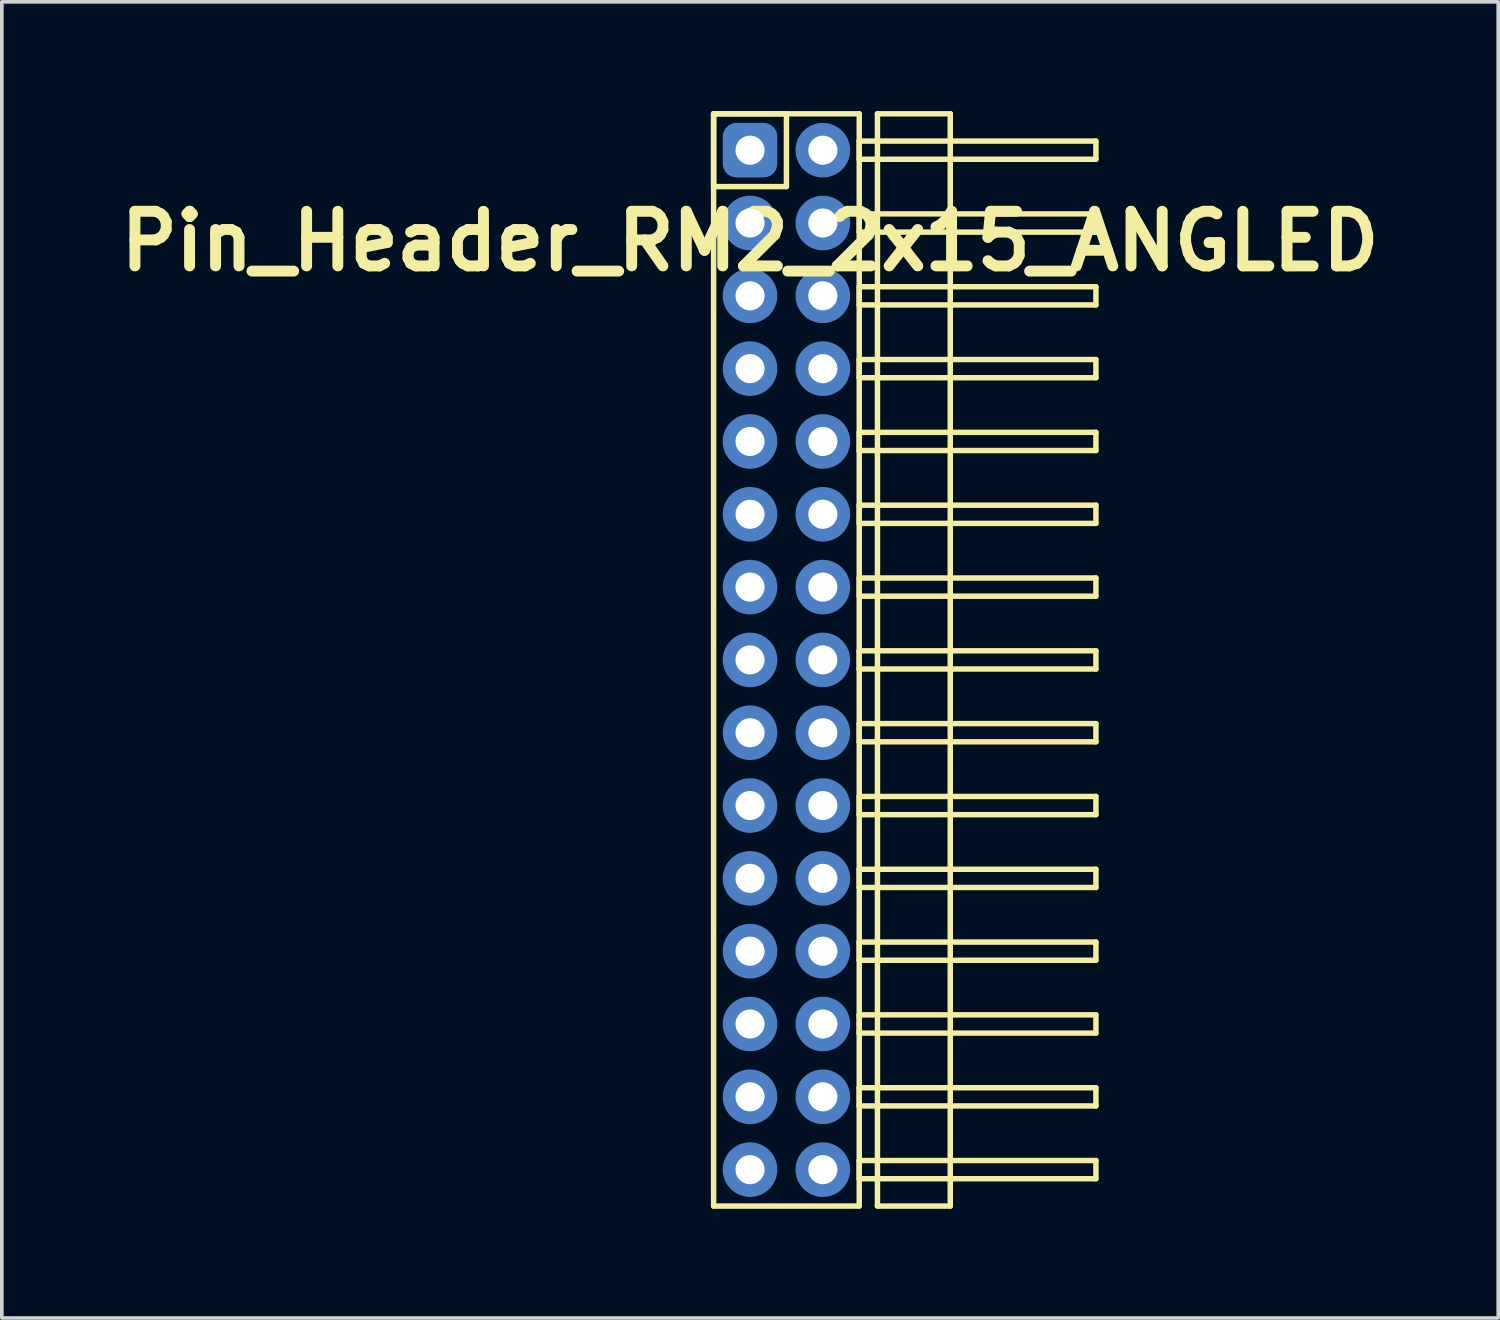
<source format=kicad_pcb>
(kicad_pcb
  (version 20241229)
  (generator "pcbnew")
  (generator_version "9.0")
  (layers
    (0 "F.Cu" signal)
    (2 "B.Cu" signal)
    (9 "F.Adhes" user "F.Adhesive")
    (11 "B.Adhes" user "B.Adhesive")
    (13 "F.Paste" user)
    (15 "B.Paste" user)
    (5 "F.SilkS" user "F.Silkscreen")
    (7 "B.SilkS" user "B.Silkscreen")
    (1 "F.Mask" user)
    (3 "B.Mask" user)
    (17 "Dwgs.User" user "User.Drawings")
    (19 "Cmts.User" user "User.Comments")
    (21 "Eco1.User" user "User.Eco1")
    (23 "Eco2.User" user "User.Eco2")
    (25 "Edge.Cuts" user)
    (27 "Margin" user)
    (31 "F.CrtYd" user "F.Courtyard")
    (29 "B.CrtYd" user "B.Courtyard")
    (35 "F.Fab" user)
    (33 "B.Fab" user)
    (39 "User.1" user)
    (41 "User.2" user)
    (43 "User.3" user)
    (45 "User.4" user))
  (footprint "Pin_Header_RM2_2x15_ANGLED"
    (layer "F.Cu")
    (at 17.55 1.075)
    (property "Reference" "Pin_Header_RM2_2x15_ANGLED" (at 0 2.5 0) (layer "F.SilkS") (effects (font (size 1.5 1.5) (thickness 0.3))))
    (attr through_hole)
    (fp_line (start -1 -1) (end 1 -1) (stroke (width 0.15) (type solid)) (layer "F.SilkS"))
    (fp_line (start -1 -1) (end 3 -1) (stroke (width 0.15) (type solid)) (layer "F.SilkS"))
    (fp_line (start -1 1) (end -1 -1) (stroke (width 0.15) (type solid)) (layer "F.SilkS"))
    (fp_line (start -1 29) (end -1 -1) (stroke (width 0.15) (type solid)) (layer "F.SilkS"))
    (fp_line (start 1 -1) (end 1 1) (stroke (width 0.15) (type solid)) (layer "F.SilkS"))
    (fp_line (start 1 1) (end -1 1) (stroke (width 0.15) (type solid)) (layer "F.SilkS"))
    (fp_line (start 3 -1) (end 3 29) (stroke (width 0.15) (type solid)) (layer "F.SilkS"))
    (fp_line (start 3 -0.25) (end 9.5 -0.25) (stroke (width 0.15) (type solid)) (layer "F.SilkS"))
    (fp_line (start 3 0.25) (end 3 -0.25) (stroke (width 0.15) (type solid)) (layer "F.SilkS"))
    (fp_line (start 3 1.75) (end 9.5 1.75) (stroke (width 0.15) (type solid)) (layer "F.SilkS"))
    (fp_line (start 3 2.25) (end 3 1.75) (stroke (width 0.15) (type solid)) (layer "F.SilkS"))
    (fp_line (start 3 3.75) (end 9.5 3.75) (stroke (width 0.15) (type solid)) (layer "F.SilkS"))
    (fp_line (start 3 4.25) (end 3 3.75) (stroke (width 0.15) (type solid)) (layer "F.SilkS"))
    (fp_line (start 3 5.75) (end 9.5 5.75) (stroke (width 0.15) (type solid)) (layer "F.SilkS"))
    (fp_line (start 3 6.25) (end 3 5.75) (stroke (width 0.15) (type solid)) (layer "F.SilkS"))
    (fp_line (start 3 7.75) (end 9.5 7.75) (stroke (width 0.15) (type solid)) (layer "F.SilkS"))
    (fp_line (start 3 8.25) (end 3 7.75) (stroke (width 0.15) (type solid)) (layer "F.SilkS"))
    (fp_line (start 3 9.75) (end 9.5 9.75) (stroke (width 0.15) (type solid)) (layer "F.SilkS"))
    (fp_line (start 3 10.25) (end 3 9.75) (stroke (width 0.15) (type solid)) (layer "F.SilkS"))
    (fp_line (start 3 11.75) (end 9.5 11.75) (stroke (width 0.15) (type solid)) (layer "F.SilkS"))
    (fp_line (start 3 12.25) (end 3 11.75) (stroke (width 0.15) (type solid)) (layer "F.SilkS"))
    (fp_line (start 3 13.75) (end 9.5 13.75) (stroke (width 0.15) (type solid)) (layer "F.SilkS"))
    (fp_line (start 3 14.25) (end 3 13.75) (stroke (width 0.15) (type solid)) (layer "F.SilkS"))
    (fp_line (start 3 15.75) (end 9.5 15.75) (stroke (width 0.15) (type solid)) (layer "F.SilkS"))
    (fp_line (start 3 16.25) (end 3 15.75) (stroke (width 0.15) (type solid)) (layer "F.SilkS"))
    (fp_line (start 3 17.75) (end 9.5 17.75) (stroke (width 0.15) (type solid)) (layer "F.SilkS"))
    (fp_line (start 3 18.25) (end 3 17.75) (stroke (width 0.15) (type solid)) (layer "F.SilkS"))
    (fp_line (start 3 19.75) (end 9.5 19.75) (stroke (width 0.15) (type solid)) (layer "F.SilkS"))
    (fp_line (start 3 20.25) (end 3 19.75) (stroke (width 0.15) (type solid)) (layer "F.SilkS"))
    (fp_line (start 3 21.75) (end 9.5 21.75) (stroke (width 0.15) (type solid)) (layer "F.SilkS"))
    (fp_line (start 3 22.25) (end 3 21.75) (stroke (width 0.15) (type solid)) (layer "F.SilkS"))
    (fp_line (start 3 23.75) (end 9.5 23.75) (stroke (width 0.15) (type solid)) (layer "F.SilkS"))
    (fp_line (start 3 24.25) (end 3 23.75) (stroke (width 0.15) (type solid)) (layer "F.SilkS"))
    (fp_line (start 3 25.75) (end 9.5 25.75) (stroke (width 0.15) (type solid)) (layer "F.SilkS"))
    (fp_line (start 3 26.25) (end 3 25.75) (stroke (width 0.15) (type solid)) (layer "F.SilkS"))
    (fp_line (start 3 27.75) (end 9.5 27.75) (stroke (width 0.15) (type solid)) (layer "F.SilkS"))
    (fp_line (start 3 28.25) (end 3 27.75) (stroke (width 0.15) (type solid)) (layer "F.SilkS"))
    (fp_line (start 3 29) (end -1 29) (stroke (width 0.15) (type solid)) (layer "F.SilkS"))
    (fp_line (start 3.5 -1) (end 5.5 -1) (stroke (width 0.15) (type solid)) (layer "F.SilkS"))
    (fp_line (start 3.5 29) (end 3.5 -1) (stroke (width 0.15) (type solid)) (layer "F.SilkS"))
    (fp_line (start 5.5 -1) (end 5.5 29) (stroke (width 0.15) (type solid)) (layer "F.SilkS"))
    (fp_line (start 5.5 29) (end 3.5 29) (stroke (width 0.15) (type solid)) (layer "F.SilkS"))
    (fp_line (start 9.5 -0.25) (end 9.5 0.25) (stroke (width 0.15) (type solid)) (layer "F.SilkS"))
    (fp_line (start 9.5 0.25) (end 3 0.25) (stroke (width 0.15) (type solid)) (layer "F.SilkS"))
    (fp_line (start 9.5 1.75) (end 9.5 2.25) (stroke (width 0.15) (type solid)) (layer "F.SilkS"))
    (fp_line (start 9.5 2.25) (end 3 2.25) (stroke (width 0.15) (type solid)) (layer "F.SilkS"))
    (fp_line (start 9.5 3.75) (end 9.5 4.25) (stroke (width 0.15) (type solid)) (layer "F.SilkS"))
    (fp_line (start 9.5 4.25) (end 3 4.25) (stroke (width 0.15) (type solid)) (layer "F.SilkS"))
    (fp_line (start 9.5 5.75) (end 9.5 6.25) (stroke (width 0.15) (type solid)) (layer "F.SilkS"))
    (fp_line (start 9.5 6.25) (end 3 6.25) (stroke (width 0.15) (type solid)) (layer "F.SilkS"))
    (fp_line (start 9.5 7.75) (end 9.5 8.25) (stroke (width 0.15) (type solid)) (layer "F.SilkS"))
    (fp_line (start 9.5 8.25) (end 3 8.25) (stroke (width 0.15) (type solid)) (layer "F.SilkS"))
    (fp_line (start 9.5 9.75) (end 9.5 10.25) (stroke (width 0.15) (type solid)) (layer "F.SilkS"))
    (fp_line (start 9.5 10.25) (end 3 10.25) (stroke (width 0.15) (type solid)) (layer "F.SilkS"))
    (fp_line (start 9.5 11.75) (end 9.5 12.25) (stroke (width 0.15) (type solid)) (layer "F.SilkS"))
    (fp_line (start 9.5 12.25) (end 3 12.25) (stroke (width 0.15) (type solid)) (layer "F.SilkS"))
    (fp_line (start 9.5 13.75) (end 9.5 14.25) (stroke (width 0.15) (type solid)) (layer "F.SilkS"))
    (fp_line (start 9.5 14.25) (end 3 14.25) (stroke (width 0.15) (type solid)) (layer "F.SilkS"))
    (fp_line (start 9.5 15.75) (end 9.5 16.25) (stroke (width 0.15) (type solid)) (layer "F.SilkS"))
    (fp_line (start 9.5 16.25) (end 3 16.25) (stroke (width 0.15) (type solid)) (layer "F.SilkS"))
    (fp_line (start 9.5 17.75) (end 9.5 18.25) (stroke (width 0.15) (type solid)) (layer "F.SilkS"))
    (fp_line (start 9.5 18.25) (end 3 18.25) (stroke (width 0.15) (type solid)) (layer "F.SilkS"))
    (fp_line (start 9.5 19.75) (end 9.5 20.25) (stroke (width 0.15) (type solid)) (layer "F.SilkS"))
    (fp_line (start 9.5 20.25) (end 3 20.25) (stroke (width 0.15) (type solid)) (layer "F.SilkS"))
    (fp_line (start 9.5 21.75) (end 9.5 22.25) (stroke (width 0.15) (type solid)) (layer "F.SilkS"))
    (fp_line (start 9.5 22.25) (end 3 22.25) (stroke (width 0.15) (type solid)) (layer "F.SilkS"))
    (fp_line (start 9.5 23.75) (end 9.5 24.25) (stroke (width 0.15) (type solid)) (layer "F.SilkS"))
    (fp_line (start 9.5 24.25) (end 3 24.25) (stroke (width 0.15) (type solid)) (layer "F.SilkS"))
    (fp_line (start 9.5 25.75) (end 9.5 26.25) (stroke (width 0.15) (type solid)) (layer "F.SilkS"))
    (fp_line (start 9.5 26.25) (end 3 26.25) (stroke (width 0.15) (type solid)) (layer "F.SilkS"))
    (fp_line (start 9.5 27.75) (end 9.5 28.25) (stroke (width 0.15) (type solid)) (layer "F.SilkS"))
    (fp_line (start 9.5 28.25) (end 3 28.25) (stroke (width 0.15) (type solid)) (layer "F.SilkS"))
    (pad "1" thru_hole circle (at 0 0) (size 1.1 1.1) (drill 0.8) (layers "*.Cu" "*.Mask"))
    (pad "1" smd roundrect (at 0 0) (size 1.25 1.25) (layers "F.Cu" "F.Mask") (roundrect_rratio 0.25))
    (pad "1" smd roundrect (at 0 0) (size 1.5 1.5) (layers "B.Cu" "B.Mask") (roundrect_rratio 0.25))
    (pad "2" thru_hole circle (at 2 0) (size 1.1 1.1) (drill 0.8) (layers "*.Cu" "*.Mask"))
    (pad "2" smd circle (at 2 0) (size 1.25 1.25) (layers "F.Cu" "F.Mask"))
    (pad "2" smd circle (at 2 0) (size 1.5 1.5) (layers "B.Cu" "B.Mask"))
    (pad "3" thru_hole circle (at 0 2) (size 1.1 1.1) (drill 0.8) (layers "*.Cu" "*.Mask"))
    (pad "3" smd circle (at 0 2) (size 1.25 1.25) (layers "F.Cu" "F.Mask"))
    (pad "3" smd circle (at 0 2) (size 1.5 1.5) (layers "B.Cu" "B.Mask"))
    (pad "4" thru_hole circle (at 2 2) (size 1.1 1.1) (drill 0.8) (layers "*.Cu" "*.Mask"))
    (pad "4" smd circle (at 2 2) (size 1.25 1.25) (layers "F.Cu" "F.Mask"))
    (pad "4" smd circle (at 2 2) (size 1.5 1.5) (layers "B.Cu" "B.Mask"))
    (pad "5" thru_hole circle (at 0 4) (size 1.1 1.1) (drill 0.8) (layers "*.Cu" "*.Mask"))
    (pad "5" smd circle (at 0 4) (size 1.25 1.25) (layers "F.Cu" "F.Mask"))
    (pad "5" smd circle (at 0 4) (size 1.5 1.5) (layers "B.Cu" "B.Mask"))
    (pad "6" thru_hole circle (at 2 4) (size 1.1 1.1) (drill 0.8) (layers "*.Cu" "*.Mask"))
    (pad "6" smd circle (at 2 4) (size 1.25 1.25) (layers "F.Cu" "F.Mask"))
    (pad "6" smd circle (at 2 4) (size 1.5 1.5) (layers "B.Cu" "B.Mask"))
    (pad "7" thru_hole circle (at 0 6) (size 1.1 1.1) (drill 0.8) (layers "*.Cu" "*.Mask"))
    (pad "7" smd circle (at 0 6) (size 1.25 1.25) (layers "F.Cu" "F.Mask"))
    (pad "7" smd circle (at 0 6) (size 1.5 1.5) (layers "B.Cu" "B.Mask"))
    (pad "8" thru_hole circle (at 2 6) (size 1.1 1.1) (drill 0.8) (layers "*.Cu" "*.Mask"))
    (pad "8" smd circle (at 2 6) (size 1.25 1.25) (layers "F.Cu" "F.Mask"))
    (pad "8" smd circle (at 2 6) (size 1.5 1.5) (layers "B.Cu" "B.Mask"))
    (pad "9" thru_hole circle (at 0 8) (size 1.1 1.1) (drill 0.8) (layers "*.Cu" "*.Mask"))
    (pad "9" smd circle (at 0 8) (size 1.25 1.25) (layers "F.Cu" "F.Mask"))
    (pad "9" smd circle (at 0 8) (size 1.5 1.5) (layers "B.Cu" "B.Mask"))
    (pad "10" thru_hole circle (at 2 8) (size 1.1 1.1) (drill 0.8) (layers "*.Cu" "*.Mask"))
    (pad "10" smd circle (at 2 8) (size 1.25 1.25) (layers "F.Cu" "F.Mask"))
    (pad "10" smd circle (at 2 8) (size 1.5 1.5) (layers "B.Cu" "B.Mask"))
    (pad "11" thru_hole circle (at 0 10) (size 1.1 1.1) (drill 0.8) (layers "*.Cu" "*.Mask"))
    (pad "11" smd circle (at 0 10) (size 1.25 1.25) (layers "F.Cu" "F.Mask"))
    (pad "11" smd circle (at 0 10) (size 1.5 1.5) (layers "B.Cu" "B.Mask"))
    (pad "12" thru_hole circle (at 2 10) (size 1.1 1.1) (drill 0.8) (layers "*.Cu" "*.Mask"))
    (pad "12" smd circle (at 2 10) (size 1.25 1.25) (layers "F.Cu" "F.Mask"))
    (pad "12" smd circle (at 2 10) (size 1.5 1.5) (layers "B.Cu" "B.Mask"))
    (pad "13" thru_hole circle (at 0 12) (size 1.1 1.1) (drill 0.8) (layers "*.Cu" "*.Mask"))
    (pad "13" smd circle (at 0 12) (size 1.25 1.25) (layers "F.Cu" "F.Mask"))
    (pad "13" smd circle (at 0 12) (size 1.5 1.5) (layers "B.Cu" "B.Mask"))
    (pad "14" thru_hole circle (at 2 12) (size 1.1 1.1) (drill 0.8) (layers "*.Cu" "*.Mask"))
    (pad "14" smd circle (at 2 12) (size 1.25 1.25) (layers "F.Cu" "F.Mask"))
    (pad "14" smd circle (at 2 12) (size 1.5 1.5) (layers "B.Cu" "B.Mask"))
    (pad "15" thru_hole circle (at 0 14) (size 1.1 1.1) (drill 0.8) (layers "*.Cu" "*.Mask"))
    (pad "15" smd circle (at 0 14) (size 1.25 1.25) (layers "F.Cu" "F.Mask"))
    (pad "15" smd circle (at 0 14) (size 1.5 1.5) (layers "B.Cu" "B.Mask"))
    (pad "16" thru_hole circle (at 2 14) (size 1.1 1.1) (drill 0.8) (layers "*.Cu" "*.Mask"))
    (pad "16" smd circle (at 2 14) (size 1.25 1.25) (layers "F.Cu" "F.Mask"))
    (pad "16" smd circle (at 2 14) (size 1.5 1.5) (layers "B.Cu" "B.Mask"))
    (pad "17" thru_hole circle (at 0 16) (size 1.1 1.1) (drill 0.8) (layers "*.Cu" "*.Mask"))
    (pad "17" smd circle (at 0 16) (size 1.25 1.25) (layers "F.Cu" "F.Mask"))
    (pad "17" smd circle (at 0 16) (size 1.5 1.5) (layers "B.Cu" "B.Mask"))
    (pad "18" thru_hole circle (at 2 16) (size 1.1 1.1) (drill 0.8) (layers "*.Cu" "*.Mask"))
    (pad "18" smd circle (at 2 16) (size 1.25 1.25) (layers "F.Cu" "F.Mask"))
    (pad "18" smd circle (at 2 16) (size 1.5 1.5) (layers "B.Cu" "B.Mask"))
    (pad "19" thru_hole circle (at 0 18) (size 1.1 1.1) (drill 0.8) (layers "*.Cu" "*.Mask"))
    (pad "19" smd circle (at 0 18) (size 1.25 1.25) (layers "F.Cu" "F.Mask"))
    (pad "19" smd circle (at 0 18) (size 1.5 1.5) (layers "B.Cu" "B.Mask"))
    (pad "20" thru_hole circle (at 2 18) (size 1.1 1.1) (drill 0.8) (layers "*.Cu" "*.Mask"))
    (pad "20" smd circle (at 2 18) (size 1.25 1.25) (layers "F.Cu" "F.Mask"))
    (pad "20" smd circle (at 2 18) (size 1.5 1.5) (layers "B.Cu" "B.Mask"))
    (pad "21" thru_hole circle (at 0 20) (size 1.1 1.1) (drill 0.8) (layers "*.Cu" "*.Mask"))
    (pad "21" smd circle (at 0 20) (size 1.25 1.25) (layers "F.Cu" "F.Mask"))
    (pad "21" smd circle (at 0 20) (size 1.5 1.5) (layers "B.Cu" "B.Mask"))
    (pad "22" thru_hole circle (at 2 20) (size 1.1 1.1) (drill 0.8) (layers "*.Cu" "*.Mask"))
    (pad "22" smd circle (at 2 20) (size 1.25 1.25) (layers "F.Cu" "F.Mask"))
    (pad "22" smd circle (at 2 20) (size 1.5 1.5) (layers "B.Cu" "B.Mask"))
    (pad "23" thru_hole circle (at 0 22) (size 1.1 1.1) (drill 0.8) (layers "*.Cu" "*.Mask"))
    (pad "23" smd circle (at 0 22) (size 1.25 1.25) (layers "F.Cu" "F.Mask"))
    (pad "23" smd circle (at 0 22) (size 1.5 1.5) (layers "B.Cu" "B.Mask"))
    (pad "24" thru_hole circle (at 2 22) (size 1.1 1.1) (drill 0.8) (layers "*.Cu" "*.Mask"))
    (pad "24" smd circle (at 2 22) (size 1.25 1.25) (layers "F.Cu" "F.Mask"))
    (pad "24" smd circle (at 2 22) (size 1.5 1.5) (layers "B.Cu" "B.Mask"))
    (pad "25" thru_hole circle (at 0 24) (size 1.1 1.1) (drill 0.8) (layers "*.Cu" "*.Mask"))
    (pad "25" smd circle (at 0 24) (size 1.25 1.25) (layers "F.Cu" "F.Mask"))
    (pad "25" smd circle (at 0 24) (size 1.5 1.5) (layers "B.Cu" "B.Mask"))
    (pad "26" thru_hole circle (at 2 24) (size 1.1 1.1) (drill 0.8) (layers "*.Cu" "*.Mask"))
    (pad "26" smd circle (at 2 24) (size 1.25 1.25) (layers "F.Cu" "F.Mask"))
    (pad "26" smd circle (at 2 24) (size 1.5 1.5) (layers "B.Cu" "B.Mask"))
    (pad "27" thru_hole circle (at 0 26) (size 1.1 1.1) (drill 0.8) (layers "*.Cu" "*.Mask"))
    (pad "27" smd circle (at 0 26) (size 1.25 1.25) (layers "F.Cu" "F.Mask"))
    (pad "27" smd circle (at 0 26) (size 1.5 1.5) (layers "B.Cu" "B.Mask"))
    (pad "28" thru_hole circle (at 2 26) (size 1.1 1.1) (drill 0.8) (layers "*.Cu" "*.Mask"))
    (pad "28" smd circle (at 2 26) (size 1.25 1.25) (layers "F.Cu" "F.Mask"))
    (pad "28" smd circle (at 2 26) (size 1.5 1.5) (layers "B.Cu" "B.Mask"))
    (pad "29" thru_hole circle (at 0 28) (size 1.1 1.1) (drill 0.8) (layers "*.Cu" "*.Mask"))
    (pad "29" smd circle (at 0 28) (size 1.25 1.25) (layers "F.Cu" "F.Mask"))
    (pad "29" smd circle (at 0 28) (size 1.5 1.5) (layers "B.Cu" "B.Mask"))
    (pad "30" thru_hole circle (at 2 28) (size 1.1 1.1) (drill 0.8) (layers "*.Cu" "*.Mask"))
    (pad "30" smd circle (at 2 28) (size 1.25 1.25) (layers "F.Cu" "F.Mask"))
    (pad "30" smd circle (at 2 28) (size 1.5 1.5) (layers "B.Cu" "B.Mask")))
  (gr_rect
    (start -3 -3)
    (end 38.1 33.15)
    (stroke (width 0.1) (type default))
    (fill no)
    (layer "Edge.Cuts")))
</source>
